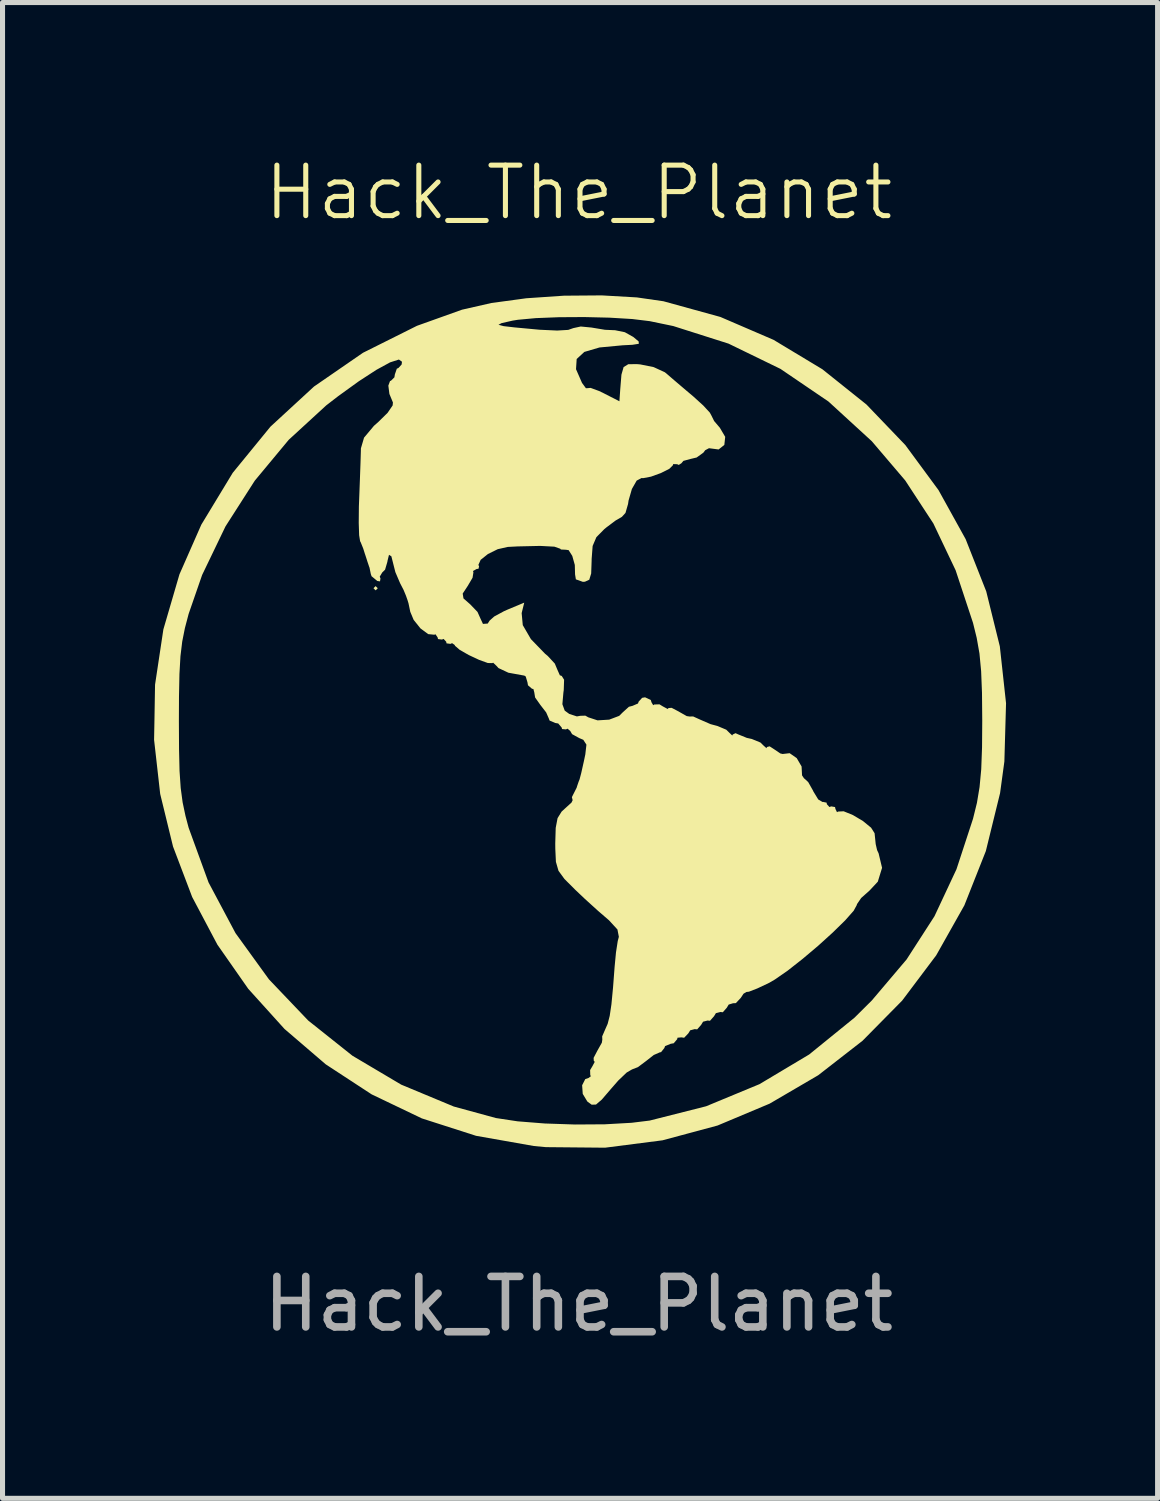
<source format=kicad_pcb>
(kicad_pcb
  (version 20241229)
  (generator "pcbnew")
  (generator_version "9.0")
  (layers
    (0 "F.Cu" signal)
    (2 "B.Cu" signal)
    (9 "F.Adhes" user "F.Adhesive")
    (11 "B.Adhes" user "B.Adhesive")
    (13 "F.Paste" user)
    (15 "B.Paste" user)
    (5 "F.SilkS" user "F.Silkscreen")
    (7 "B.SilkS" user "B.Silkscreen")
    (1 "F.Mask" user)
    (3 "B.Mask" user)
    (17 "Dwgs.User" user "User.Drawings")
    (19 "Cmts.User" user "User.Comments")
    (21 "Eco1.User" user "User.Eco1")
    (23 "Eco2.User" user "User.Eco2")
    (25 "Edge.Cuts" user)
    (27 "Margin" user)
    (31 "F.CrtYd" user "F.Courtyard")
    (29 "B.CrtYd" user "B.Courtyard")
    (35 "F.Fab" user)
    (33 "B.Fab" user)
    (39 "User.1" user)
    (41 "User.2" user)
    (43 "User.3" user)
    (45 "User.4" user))
  (footprint "Hack_The_Planet"
    (layer "F.Cu")
    (at 8.407 11.261)
    (property "Reference" "Hack_The_Planet" (at 0 -10.5 0) (unlocked yes) (layer "F.SilkS") (effects (font (size 1 1) (thickness 0.1))))
    (attr smd)
    (fp_poly (pts (xy 0.18 -8.031) (xy 0.499 -8.021) (xy 1.628 -7.886) (xy 2.711 -7.594) (xy 3.733 -7.154) (xy 4.681 -6.572) (xy 5.542 -5.859) (xy 6.303 -5.022) (xy 6.949 -4.069) (xy 7.047 -3.895) (xy 7.523 -2.861) (xy 7.84 -1.796) (xy 8.003 -0.715) (xy 8.018 0.367) (xy 7.889 1.435) (xy 7.62 2.474) (xy 7.216 3.469) (xy 6.683 4.405) (xy 6.025 5.267) (xy 5.246 6.04) (xy 4.351 6.71) (xy 3.557 7.16) (xy 2.886 7.46) (xy 2.241 7.676) (xy 1.572 7.818) (xy 0.827 7.899) (xy 0.212 7.925) (xy -0.426 7.932) (xy -0.932 7.917) (xy -1.339 7.879) (xy -1.641 7.825) (xy -2.748 7.494) (xy -3.784 7.015) (xy -4.737 6.401) (xy -5.594 5.664) (xy -6.343 4.814) (xy -6.972 3.865) (xy -7.467 2.828) (xy -7.723 2.074) (xy -7.797 1.793) (xy -7.85 1.527) (xy -7.885 1.238) (xy -7.905 0.887) (xy -7.914 0.437) (xy -7.916 -0.042) (xy -7.913 -0.604) (xy -7.903 -1.035) (xy -7.88 -1.373) (xy -7.842 -1.656) (xy -7.786 -1.922) (xy -7.723 -2.159) (xy -7.348 -3.186) (xy -6.831 -4.166) (xy -6.191 -5.077) (xy -5.446 -5.894) (xy -4.616 -6.593) (xy -3.887 -7.06) (xy -3.447 -7.305) (xy -3.638 -6.966) (xy -3.752 -6.734) (xy -3.776 -6.575) (xy -3.729 -6.441) (xy -3.685 -6.321) (xy -3.718 -6.209) (xy -3.848 -6.06) (xy -3.973 -5.943) (xy -4.316 -5.63) (xy -4.372 -4.755) (xy -4.394 -4.329) (xy -4.392 -4.012) (xy -4.361 -3.744) (xy -4.295 -3.465) (xy -4.227 -3.24) (xy -4.026 -2.6) (xy -3.881 -2.928) (xy -3.736 -3.257) (xy -3.637 -3.004) (xy -3.549 -2.772) (xy -3.441 -2.471) (xy -3.391 -2.328) (xy -3.316 -2.131) (xy -3.231 -1.985) (xy -3.102 -1.86) (xy -2.897 -1.726) (xy -2.581 -1.552) (xy -2.49 -1.503) (xy -2.13 -1.319) (xy -1.79 -1.156) (xy -1.519 -1.039) (xy -1.421 -1.004) (xy -1.202 -0.902) (xy -1.016 -0.724) (xy -0.834 -0.456) (xy -0.528 -0.058) (xy -0.196 0.187) (xy 0.017 0.317) (xy 0.148 0.431) (xy 0.169 0.473) (xy 0.134 0.658) (xy 0.045 0.935) (xy -0.077 1.245) (xy -0.206 1.53) (xy -0.322 1.732) (xy -0.335 1.751) (xy -0.449 1.958) (xy -0.501 2.239) (xy -0.508 2.459) (xy -0.508 2.948) (xy 0.132 3.528) (xy 0.772 4.108) (xy 0.681 5.005) (xy 0.604 5.579) (xy 0.493 6.065) (xy 0.33 6.543) (xy 0.302 6.613) (xy 0.167 6.954) (xy 0.093 7.176) (xy 0.073 7.316) (xy 0.1 7.41) (xy 0.15 7.475) (xy 0.231 7.548) (xy 0.315 7.552) (xy 0.438 7.469) (xy 0.638 7.284) (xy 0.672 7.252) (xy 0.877 7.078) (xy 1.196 6.838) (xy 1.599 6.551) (xy 2.055 6.238) (xy 2.534 5.919) (xy 3.006 5.615) (xy 3.439 5.346) (xy 3.803 5.133) (xy 3.98 5.037) (xy 4.183 4.903) (xy 4.449 4.683) (xy 4.755 4.403) (xy 5.075 4.088) (xy 5.384 3.765) (xy 5.656 3.461) (xy 5.866 3.2) (xy 5.99 3.009) (xy 6.011 2.94) (xy 5.991 2.765) (xy 5.941 2.509) (xy 5.915 2.404) (xy 5.856 2.203) (xy 5.772 2.062) (xy 5.628 1.942) (xy 5.384 1.804) (xy 5.241 1.731) (xy 4.933 1.567) (xy 4.737 1.428) (xy 4.606 1.271) (xy 4.496 1.054) (xy 4.479 1.016) (xy 4.366 0.782) (xy 4.269 0.628) (xy 4.225 0.593) (xy 4.127 0.564) (xy 3.897 0.483) (xy 3.562 0.36) (xy 3.148 0.205) (xy 2.709 0.037) (xy 1.264 -0.518) (xy 0.928 -0.271) (xy 0.724 -0.13) (xy 0.567 -0.07) (xy 0.384 -0.077) (xy 0.148 -0.126) (xy -0.296 -0.228) (xy -0.28 -0.579) (xy -0.285 -0.778) (xy -0.336 -0.945) (xy -0.459 -1.13) (xy -0.677 -1.381) (xy -0.683 -1.387) (xy -0.927 -1.677) (xy -1.059 -1.901) (xy -1.101 -2.096) (xy -1.101 -2.107) (xy -1.113 -2.29) (xy -1.145 -2.37) (xy -1.146 -2.371) (xy -1.243 -2.335) (xy -1.434 -2.246) (xy -1.536 -2.195) (xy -1.742 -2.097) (xy -1.872 -2.047) (xy -1.892 -2.047) (xy -1.951 -2.122) (xy -2.079 -2.272) (xy -2.103 -2.3) (xy -2.302 -2.525) (xy -2.065 -2.935) (xy -1.919 -3.173) (xy -1.794 -3.349) (xy -1.74 -3.407) (xy -1.598 -3.444) (xy -1.342 -3.465) (xy -1.025 -3.468) (xy -0.703 -3.456) (xy -0.428 -3.429) (xy -0.256 -3.387) (xy -0.248 -3.384) (xy -0.113 -3.22) (xy -0.085 -3.045) (xy -0.057 -2.86) (xy 0.044 -2.796) (xy 0.085 -2.794) (xy 0.192 -2.82) (xy 0.241 -2.926) (xy 0.254 -3.155) (xy 0.254 -3.165) (xy 0.27 -3.399) (xy 0.34 -3.573) (xy 0.497 -3.753) (xy 0.606 -3.854) (xy 0.845 -4.115) (xy 0.991 -4.367) (xy 1.011 -4.435) (xy 1.046 -4.554) (xy 1.116 -4.653) (xy 1.249 -4.751) (xy 1.472 -4.868) (xy 1.814 -5.022) (xy 1.976 -5.092) (xy 2.339 -5.25) (xy 2.642 -5.387) (xy 2.853 -5.487) (xy 2.938 -5.535) (xy 2.93 -5.637) (xy 2.821 -5.825) (xy 2.635 -6.07) (xy 2.395 -6.34) (xy 2.124 -6.607) (xy 2.027 -6.693) (xy 1.753 -6.918) (xy 1.547 -7.046) (xy 1.361 -7.102) (xy 1.202 -7.112) (xy 0.983 -7.102) (xy 0.875 -7.038) (xy 0.822 -6.874) (xy 0.804 -6.773) (xy 0.76 -6.562) (xy 0.719 -6.444) (xy 0.709 -6.435) (xy 0.617 -6.47) (xy 0.431 -6.558) (xy 0.346 -6.6) (xy 0.06 -6.82) (xy -0.074 -7.109) (xy -0.084 -7.211) (xy -0.009 -7.285) (xy 0.185 -7.359) (xy 0.448 -7.42) (xy 0.729 -7.456) (xy 0.931 -7.459) (xy 1.159 -7.451) (xy 1.246 -7.471) (xy 1.218 -7.532) (xy 1.169 -7.585) (xy 0.991 -7.684) (xy 0.704 -7.765) (xy 0.366 -7.817) (xy 0.036 -7.833) (xy -0.222 -7.803) (xy -0.429 -7.783) (xy -0.735 -7.794) (xy -1.058 -7.832) (xy -1.651 -7.927) (xy -1.068 -7.996) (xy -0.733 -8.021) (xy -0.296 -8.033)) (stroke (width 0) (type solid)) (fill yes) (layer "F.Mask"))
    (fp_poly (pts (xy -3.979 -2.667) (xy -4.022 -2.625) (xy -4.064 -2.667) (xy -4.022 -2.709)) (stroke (width 0) (type solid)) (fill yes) (layer "F.SilkS"))
    (fp_poly (pts (xy 1.149 -8.424) (xy 1.675 -8.348) (xy 2.803 -8.037) (xy 3.855 -7.584) (xy 4.821 -7.002) (xy 5.694 -6.304) (xy 6.463 -5.502) (xy 7.12 -4.61) (xy 7.657 -3.64) (xy 8.065 -2.605) (xy 8.334 -1.517) (xy 8.457 -0.391) (xy 8.424 0.762) (xy 8.339 1.388) (xy 8.057 2.536) (xy 7.632 3.61) (xy 7.075 4.599) (xy 6.4 5.496) (xy 5.617 6.29) (xy 4.739 6.973) (xy 3.778 7.535) (xy 2.747 7.968) (xy 1.657 8.261) (xy 0.52 8.407) (xy -0.651 8.396) (xy -0.888 8.374) (xy -2.033 8.172) (xy -3.107 7.827) (xy -4.101 7.351) (xy -5.009 6.757) (xy -5.826 6.056) (xy -6.543 5.262) (xy -7.154 4.388) (xy -7.653 3.445) (xy -8.032 2.446) (xy -8.286 1.405) (xy -8.407 0.333) (xy -8.4 -0.042) (xy -7.916 -0.042) (xy -7.913 0.52) (xy -7.903 0.951) (xy -7.88 1.288) (xy -7.842 1.571) (xy -7.786 1.837) (xy -7.723 2.074) (xy -7.329 3.156) (xy -6.795 4.16) (xy -6.133 5.075) (xy -5.357 5.889) (xy -4.48 6.587) (xy -3.515 7.159) (xy -2.475 7.592) (xy -1.641 7.82) (xy -1.211 7.885) (xy -0.671 7.928) (xy -0.077 7.948) (xy 0.514 7.944) (xy 1.045 7.914) (xy 1.403 7.87) (xy 2.52 7.587) (xy 3.577 7.149) (xy 4.56 6.562) (xy 5.458 5.833) (xy 5.8 5.493) (xy 6.489 4.68) (xy 7.04 3.826) (xy 7.476 2.895) (xy 7.803 1.897) (xy 7.881 1.581) (xy 7.933 1.268) (xy 7.966 0.916) (xy 7.982 0.48) (xy 7.986 -0.042) (xy 7.981 -0.597) (xy 7.964 -1.026) (xy 7.931 -1.375) (xy 7.876 -1.686) (xy 7.803 -1.982) (xy 7.459 -3.023) (xy 7.018 -3.95) (xy 6.461 -4.801) (xy 5.8 -5.577) (xy 4.942 -6.363) (xy 3.992 -7.009) (xy 2.964 -7.509) (xy 1.87 -7.857) (xy 1.403 -7.954) (xy 1.058 -7.996) (xy 0.61 -8.023) (xy 0.11 -8.035) (xy -0.394 -8.032) (xy -0.85 -8.014) (xy -1.207 -7.981) (xy -1.312 -7.964) (xy -1.531 -7.914) (xy -1.59 -7.882) (xy -1.486 -7.855) (xy -1.27 -7.83) (xy -0.775 -7.784) (xy -0.428 -7.768) (xy -0.209 -7.781) (xy -0.109 -7.816) (xy 0.038 -7.848) (xy 0.256 -7.827) (xy 0.272 -7.824) (xy 0.518 -7.783) (xy 0.72 -7.774) (xy 0.911 -7.735) (xy 1.079 -7.641) (xy 1.185 -7.552) (xy 1.188 -7.506) (xy 1.062 -7.486) (xy 0.867 -7.476) (xy 0.41 -7.433) (xy 0.11 -7.345) (xy -0.042 -7.205) (xy -0.055 -7.003) (xy 0.063 -6.733) (xy 0.064 -6.731) (xy 0.141 -6.626) (xy 0.167 -6.627) (xy 0.234 -6.633) (xy 0.402 -6.571) (xy 0.487 -6.53) (xy 0.804 -6.368) (xy 0.821 -6.613) (xy 0.844 -6.895) (xy 0.887 -7.045) (xy 0.98 -7.102) (xy 1.152 -7.103) (xy 1.215 -7.098) (xy 1.482 -7.044) (xy 1.702 -6.943) (xy 1.73 -6.921) (xy 1.896 -6.778) (xy 2.126 -6.582) (xy 2.265 -6.465) (xy 2.463 -6.285) (xy 2.594 -6.143) (xy 2.625 -6.086) (xy 2.679 -5.977) (xy 2.792 -5.844) (xy 2.898 -5.664) (xy 2.881 -5.505) (xy 2.768 -5.414) (xy 2.583 -5.438) (xy 2.579 -5.44) (xy 2.502 -5.399) (xy 2.466 -5.351) (xy 2.333 -5.255) (xy 2.215 -5.227) (xy 2.07 -5.188) (xy 2.032 -5.142) (xy 1.979 -5.108) (xy 1.947 -5.122) (xy 1.869 -5.125) (xy 1.863 -5.102) (xy 1.792 -5.031) (xy 1.625 -4.947) (xy 1.429 -4.876) (xy 1.272 -4.846) (xy 1.243 -4.849) (xy 1.146 -4.798) (xy 1.051 -4.632) (xy 0.985 -4.403) (xy 0.975 -4.335) (xy 0.924 -4.158) (xy 0.853 -4.08) (xy 0.729 -4.008) (xy 0.545 -3.87) (xy 0.505 -3.837) (xy 0.348 -3.678) (xy 0.274 -3.504) (xy 0.254 -3.242) (xy 0.254 -3.21) (xy 0.245 -2.959) (xy 0.207 -2.835) (xy 0.121 -2.796) (xy 0.079 -2.794) (xy -0.058 -2.843) (xy -0.074 -2.942) (xy -0.079 -3.128) (xy -0.129 -3.307) (xy -0.201 -3.421) (xy -0.254 -3.429) (xy -0.355 -3.434) (xy -0.367 -3.449) (xy -0.483 -3.49) (xy -0.764 -3.505) (xy -1.21 -3.495) (xy -1.405 -3.485) (xy -1.605 -3.44) (xy -1.799 -3.344) (xy -1.943 -3.229) (xy -1.988 -3.128) (xy -1.974 -3.103) (xy -1.985 -3.053) (xy -2.023 -3.048) (xy -2.094 -3.008) (xy -2.086 -2.982) (xy -2.103 -2.875) (xy -2.199 -2.712) (xy -2.298 -2.562) (xy -2.283 -2.466) (xy -2.15 -2.349) (xy -2.005 -2.198) (xy -1.947 -2.068) (xy -1.897 -1.961) (xy -1.803 -1.968) (xy -1.764 -2.028) (xy -1.674 -2.108) (xy -1.484 -2.211) (xy -1.408 -2.245) (xy -1.08 -2.382) (xy -1.131 -2.175) (xy -1.109 -1.937) (xy -0.948 -1.66) (xy -0.667 -1.37) (xy -0.615 -1.327) (xy -0.475 -1.176) (xy -0.423 -1.052) (xy -0.375 -0.944) (xy -0.338 -0.931) (xy -0.291 -0.856) (xy -0.298 -0.651) (xy -0.305 -0.601) (xy -0.325 -0.372) (xy -0.279 -0.245) (xy -0.19 -0.18) (xy -0.038 -0.13) (xy 0.029 -0.142) (xy 0.13 -0.145) (xy 0.188 -0.112) (xy 0.371 -0.052) (xy 0.602 -0.066) (xy 0.8 -0.141) (xy 0.867 -0.208) (xy 0.992 -0.321) (xy 1.063 -0.339) (xy 1.172 -0.386) (xy 1.185 -0.423) (xy 1.254 -0.498) (xy 1.312 -0.508) (xy 1.425 -0.455) (xy 1.439 -0.409) (xy 1.473 -0.352) (xy 1.495 -0.366) (xy 1.597 -0.369) (xy 1.664 -0.328) (xy 1.759 -0.277) (xy 1.778 -0.296) (xy 1.838 -0.3) (xy 1.983 -0.224) (xy 1.99 -0.219) (xy 2.137 -0.136) (xy 2.201 -0.127) (xy 2.201 -0.128) (xy 2.264 -0.129) (xy 2.392 -0.071) (xy 2.608 0.023) (xy 2.748 0.061) (xy 2.919 0.133) (xy 2.98 0.193) (xy 3.038 0.248) (xy 3.047 0.228) (xy 3.103 0.202) (xy 3.154 0.225) (xy 3.326 0.295) (xy 3.425 0.317) (xy 3.596 0.387) (xy 3.657 0.447) (xy 3.715 0.499) (xy 3.724 0.476) (xy 3.777 0.462) (xy 3.865 0.519) (xy 3.989 0.603) (xy 4.035 0.614) (xy 4.174 0.598) (xy 4.314 0.696) (xy 4.41 0.861) (xy 4.419 1.037) (xy 4.461 1.1) (xy 4.467 1.101) (xy 4.541 1.17) (xy 4.636 1.338) (xy 4.643 1.355) (xy 4.74 1.514) (xy 4.826 1.565) (xy 4.833 1.562) (xy 4.905 1.577) (xy 4.911 1.609) (xy 4.962 1.664) (xy 4.995 1.651) (xy 5.072 1.664) (xy 5.08 1.702) (xy 5.111 1.766) (xy 5.133 1.753) (xy 5.243 1.748) (xy 5.425 1.822) (xy 5.625 1.941) (xy 5.786 2.073) (xy 5.855 2.182) (xy 5.877 2.397) (xy 5.904 2.515) (xy 5.935 2.582) (xy 6.003 2.867) (xy 5.919 3.141) (xy 5.756 3.316) (xy 5.59 3.464) (xy 5.506 3.587) (xy 5.503 3.603) (xy 5.441 3.717) (xy 5.273 3.907) (xy 5.028 4.147) (xy 4.738 4.41) (xy 4.43 4.67) (xy 4.135 4.902) (xy 3.881 5.078) (xy 3.768 5.144) (xy 3.533 5.255) (xy 3.368 5.319) (xy 3.317 5.325) (xy 3.261 5.359) (xy 3.206 5.442) (xy 3.109 5.545) (xy 3.052 5.548) (xy 2.967 5.574) (xy 2.93 5.636) (xy 2.851 5.726) (xy 2.803 5.721) (xy 2.714 5.744) (xy 2.676 5.806) (xy 2.597 5.895) (xy 2.549 5.89) (xy 2.46 5.913) (xy 2.422 5.975) (xy 2.343 6.065) (xy 2.295 6.06) (xy 2.206 6.083) (xy 2.168 6.144) (xy 2.085 6.231) (xy 2.033 6.223) (xy 1.954 6.23) (xy 1.947 6.26) (xy 1.879 6.34) (xy 1.82 6.35) (xy 1.708 6.396) (xy 1.693 6.435) (xy 1.628 6.516) (xy 1.605 6.519) (xy 1.484 6.572) (xy 1.335 6.689) (xy 1.171 6.812) (xy 1.053 6.858) (xy 0.948 6.919) (xy 0.782 7.077) (xy 0.636 7.244) (xy 0.455 7.455) (xy 0.341 7.553) (xy 0.255 7.556) (xy 0.169 7.493) (xy 0.078 7.342) (xy 0.066 7.171) (xy 0.128 7.049) (xy 0.193 7.027) (xy 0.24 6.991) (xy 0.227 6.972) (xy 0.224 6.87) (xy 0.265 6.802) (xy 0.316 6.707) (xy 0.297 6.689) (xy 0.293 6.629) (xy 0.369 6.484) (xy 0.373 6.477) (xy 0.456 6.329) (xy 0.466 6.265) (xy 0.465 6.265) (xy 0.463 6.203) (xy 0.517 6.078) (xy 0.571 5.956) (xy 0.612 5.797) (xy 0.646 5.568) (xy 0.678 5.233) (xy 0.709 4.826) (xy 0.736 4.542) (xy 0.771 4.316) (xy 0.793 4.233) (xy 0.765 4.088) (xy 0.596 3.904) (xy 0.585 3.895) (xy 0.38 3.718) (xy 0.12 3.482) (xy -0.07 3.302) (xy -0.284 3.088) (xy -0.402 2.926) (xy -0.453 2.749) (xy -0.465 2.492) (xy -0.466 2.385) (xy -0.457 2.076) (xy -0.42 1.883) (xy -0.34 1.754) (xy -0.266 1.686) (xy -0.144 1.575) (xy -0.12 1.524) (xy -0.123 1.524) (xy -0.137 1.468) (xy -0.112 1.418) (xy -0.043 1.282) (xy -0.033 1.249) (xy -0.004 1.164) (xy 0.015 1.117) (xy 0.048 0.992) (xy 0.102 0.751) (xy 0.129 0.622) (xy 0.151 0.429) (xy 0.089 0.333) (xy 0.009 0.299) (xy -0.133 0.221) (xy -0.169 0.159) (xy -0.222 0.113) (xy -0.254 0.127) (xy -0.332 0.12) (xy -0.339 0.09) (xy -0.407 0.01) (xy -0.466 0) (xy -0.578 -0.048) (xy -0.593 -0.088) (xy -0.646 -0.209) (xy -0.759 -0.355) (xy -0.865 -0.505) (xy -0.881 -0.605) (xy -0.899 -0.673) (xy -0.926 -0.677) (xy -1.006 -0.746) (xy -1.016 -0.804) (xy -1.051 -0.921) (xy -1.079 -0.938) (xy -1.394 -0.995) (xy -1.59 -1.087) (xy -1.623 -1.124) (xy -1.695 -1.193) (xy -1.714 -1.185) (xy -1.801 -1.187) (xy -1.975 -1.25) (xy -2.18 -1.346) (xy -2.358 -1.448) (xy -2.452 -1.529) (xy -2.455 -1.542) (xy -2.508 -1.58) (xy -2.54 -1.566) (xy -2.618 -1.576) (xy -2.625 -1.609) (xy -2.676 -1.664) (xy -2.709 -1.651) (xy -2.787 -1.661) (xy -2.794 -1.693) (xy -2.837 -1.756) (xy -2.86 -1.747) (xy -2.981 -1.759) (xy -3.134 -1.872) (xy -3.269 -2.041) (xy -3.336 -2.201) (xy -3.371 -2.369) (xy -3.391 -2.434) (xy -3.421 -2.519) (xy -3.469 -2.635) (xy -3.537 -2.766) (xy -3.631 -2.986) (xy -3.666 -3.124) (xy -3.71 -3.299) (xy -3.757 -3.329) (xy -3.788 -3.203) (xy -3.788 -3.194) (xy -3.835 -3.034) (xy -3.891 -2.979) (xy -3.94 -2.897) (xy -3.926 -2.86) (xy -3.935 -2.803) (xy -3.989 -2.811) (xy -4.102 -2.905) (xy -4.117 -2.949) (xy -4.143 -3.076) (xy -4.149 -3.09) (xy -4.187 -3.203) (xy -4.191 -3.217) (xy -4.23 -3.337) (xy -4.233 -3.344) (xy -4.266 -3.45) (xy -4.317 -3.577) (xy -4.329 -3.598) (xy -4.348 -3.716) (xy -4.356 -3.96) (xy -4.353 -4.285) (xy -4.347 -4.445) (xy -4.333 -4.816) (xy -4.321 -5.147) (xy -4.314 -5.384) (xy -4.313 -5.436) (xy -4.251 -5.648) (xy -4.055 -5.882) (xy -3.967 -5.96) (xy -3.785 -6.139) (xy -3.685 -6.285) (xy -3.679 -6.344) (xy -3.749 -6.513) (xy -3.77 -6.678) (xy -3.736 -6.77) (xy -3.72 -6.773) (xy -3.65 -6.842) (xy -3.641 -6.9) (xy -3.602 -7.013) (xy -3.57 -7.027) (xy -3.507 -7.096) (xy -3.5 -7.151) (xy -3.561 -7.194) (xy -3.736 -7.138) (xy -4.005 -6.991) (xy -4.353 -6.765) (xy -4.763 -6.469) (xy -5 -6.286) (xy -5.742 -5.605) (xy -6.414 -4.796) (xy -6.993 -3.892) (xy -7.456 -2.93) (xy -7.723 -2.159) (xy -7.797 -1.878) (xy -7.85 -1.612) (xy -7.885 -1.322) (xy -7.905 -0.972) (xy -7.914 -0.522) (xy -7.916 -0.042) (xy -8.4 -0.042) (xy -8.388 -0.758) (xy -8.223 -1.853) (xy -7.905 -2.942) (xy -7.472 -3.926) (xy -6.85 -4.952) (xy -6.103 -5.866) (xy -5.241 -6.66) (xy -4.272 -7.328) (xy -3.203 -7.862) (xy -2.311 -8.181) (xy -1.731 -8.313) (xy -1.04 -8.407) (xy -0.294 -8.458) (xy 0.454 -8.464)) (stroke (width 0) (type solid)) (fill yes) (layer "F.SilkS"))
    (fp_text user "${REFERENCE}" (at 0 11.5 0) (unlocked yes) (layer "F.Fab") (effects (font (size 1 1) (thickness 0.15)))))
  (gr_rect
    (start -3 -3)
    (end 19.864 26.609)
    (stroke (width 0.1) (type default))
    (fill no)
    (layer "Edge.Cuts")))
</source>
